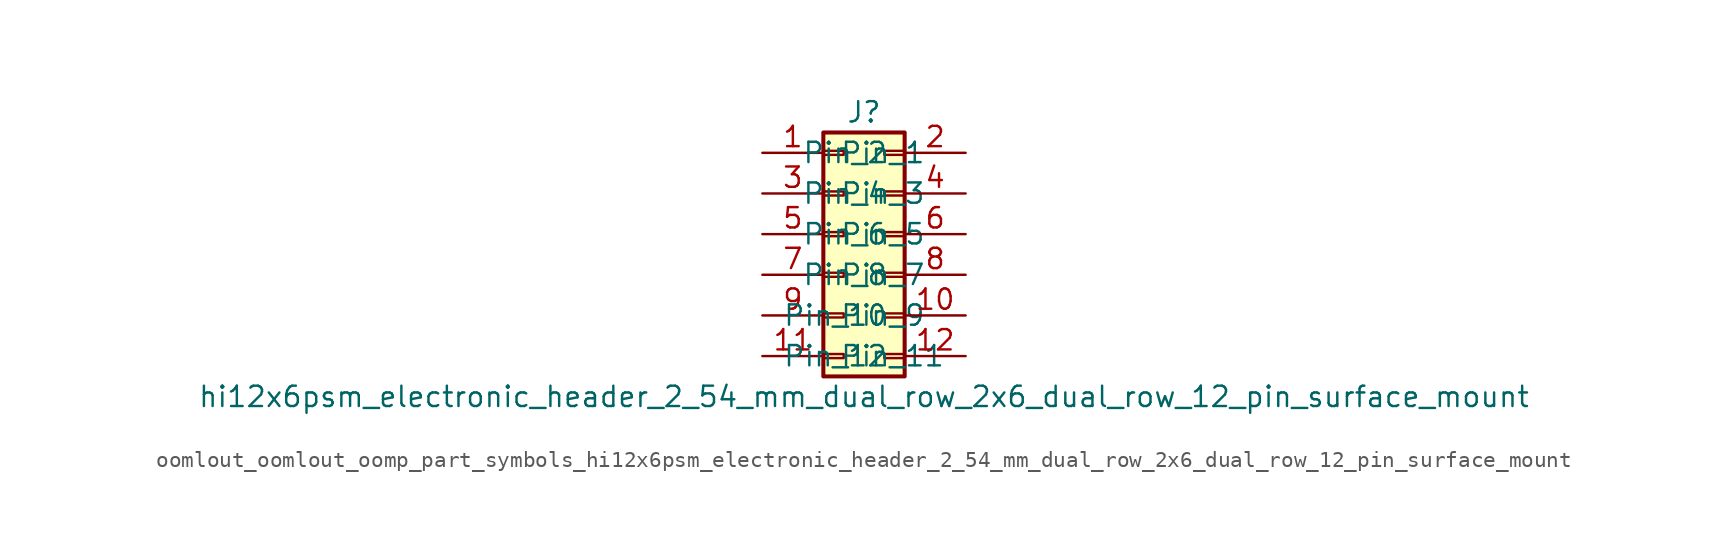
<source format=kicad_sym>
(kicad_symbol_lib
  (version 20220914)
  (generator kicad_symbol_editor)
  (symbol "oomlout_oomlout_oomp_part_symbols_hi12x6psm_electronic_header_2_54_mm_dual_row_2x6_dual_row_12_pin_surface_mount"
    (pin_names
      (offset 1.016))
    (property "Reference" "J"
      (at 1.27 7.62 0)
      (effects (font (size 1.27 1.27))))
    (property "Value" "hi12x6psm_electronic_header_2_54_mm_dual_row_2x6_dual_row_12_pin_surface_mount"
      (at 1.27 -10.16 0)
      (effects (font (size 1.27 1.27))))
    (symbol "oomlout_oomlout_oomp_part_symbols_hi12x6psm_electronic_header_2_54_mm_dual_row_2x6_dual_row_12_pin_surface_mount_1_1"
      (rectangle (start -1.27 -7.493) (end 0 -7.747) (stroke (width 0.152) (type default)) (fill (type none)))
      (rectangle (start -1.27 -4.953) (end 0 -5.207) (stroke (width 0.152) (type default)) (fill (type none)))
      (rectangle (start -1.27 -2.413) (end 0 -2.667) (stroke (width 0.152) (type default)) (fill (type none)))
      (rectangle (start -1.27 0.127) (end 0 -0.127) (stroke (width 0.152) (type default)) (fill (type none)))
      (rectangle (start -1.27 2.667) (end 0 2.413) (stroke (width 0.152) (type default)) (fill (type none)))
      (rectangle (start -1.27 5.207) (end 0 4.953) (stroke (width 0.152) (type default)) (fill (type none)))
      (rectangle (start -1.27 6.35) (end 3.81 -8.89) (stroke (width 0.254) (type default)) (fill (type background)))
      (rectangle (start 3.81 -7.493) (end 2.54 -7.747) (stroke (width 0.152) (type default)) (fill (type none)))
      (rectangle (start 3.81 -4.953) (end 2.54 -5.207) (stroke (width 0.152) (type default)) (fill (type none)))
      (rectangle (start 3.81 -2.413) (end 2.54 -2.667) (stroke (width 0.152) (type default)) (fill (type none)))
      (rectangle (start 3.81 0.127) (end 2.54 -0.127) (stroke (width 0.152) (type default)) (fill (type none)))
      (rectangle (start 3.81 2.667) (end 2.54 2.413) (stroke (width 0.152) (type default)) (fill (type none)))
      (rectangle (start 3.81 5.207) (end 2.54 4.953) (stroke (width 0.152) (type default)) (fill (type none)))
      (pin passive line (at -5.08 5.08 0) (length 3.81) (name "Pin_1" (effects (font (size 1.27 1.27)))) (number "1" (effects (font (size 1.27 1.27)))))
      (pin passive line (at 7.62 -5.08 180) (length 3.81) (name "Pin_10" (effects (font (size 1.27 1.27)))) (number "10" (effects (font (size 1.27 1.27)))))
      (pin passive line (at -5.08 -7.62 0) (length 3.81) (name "Pin_11" (effects (font (size 1.27 1.27)))) (number "11" (effects (font (size 1.27 1.27)))))
      (pin passive line (at 7.62 -7.62 180) (length 3.81) (name "Pin_12" (effects (font (size 1.27 1.27)))) (number "12" (effects (font (size 1.27 1.27)))))
      (pin passive line (at 7.62 5.08 180) (length 3.81) (name "Pin_2" (effects (font (size 1.27 1.27)))) (number "2" (effects (font (size 1.27 1.27)))))
      (pin passive line (at -5.08 2.54 0) (length 3.81) (name "Pin_3" (effects (font (size 1.27 1.27)))) (number "3" (effects (font (size 1.27 1.27)))))
      (pin passive line (at 7.62 2.54 180) (length 3.81) (name "Pin_4" (effects (font (size 1.27 1.27)))) (number "4" (effects (font (size 1.27 1.27)))))
      (pin passive line (at -5.08 0 0) (length 3.81) (name "Pin_5" (effects (font (size 1.27 1.27)))) (number "5" (effects (font (size 1.27 1.27)))))
      (pin passive line (at 7.62 0 180) (length 3.81) (name "Pin_6" (effects (font (size 1.27 1.27)))) (number "6" (effects (font (size 1.27 1.27)))))
      (pin passive line (at -5.08 -2.54 0) (length 3.81) (name "Pin_7" (effects (font (size 1.27 1.27)))) (number "7" (effects (font (size 1.27 1.27)))))
      (pin passive line (at 7.62 -2.54 180) (length 3.81) (name "Pin_8" (effects (font (size 1.27 1.27)))) (number "8" (effects (font (size 1.27 1.27)))))
      (pin passive line (at -5.08 -5.08 0) (length 3.81) (name "Pin_9" (effects (font (size 1.27 1.27)))) (number "9" (effects (font (size 1.27 1.27))))))))
</source>
